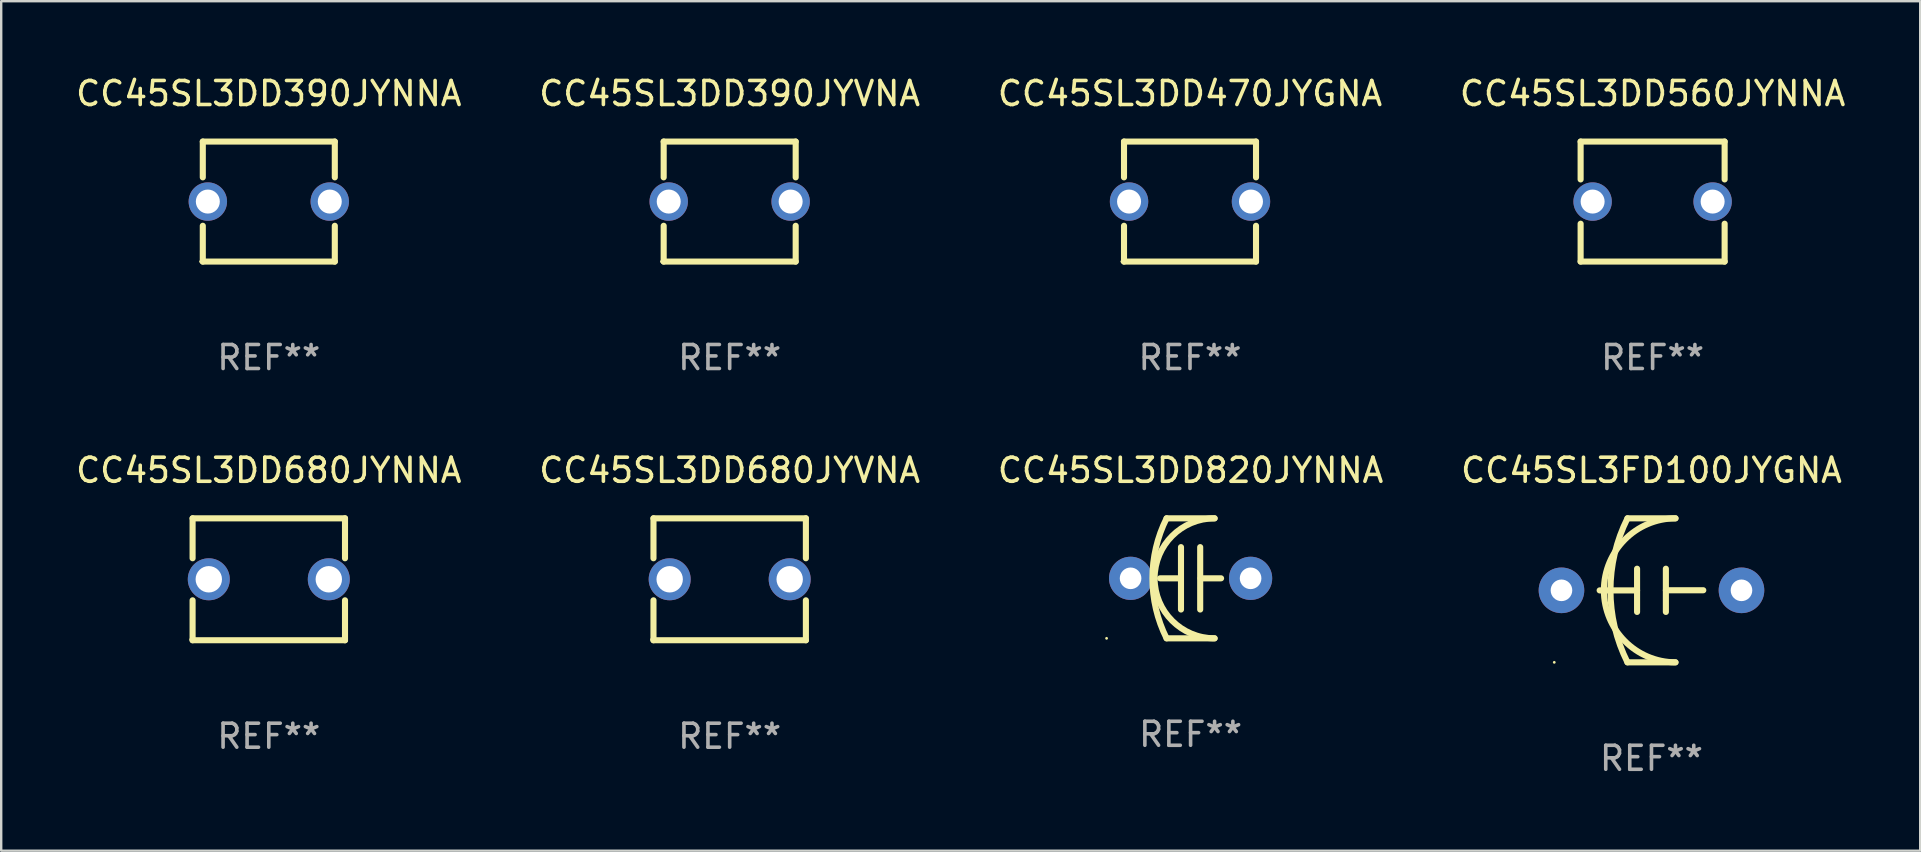
<source format=kicad_pcb>
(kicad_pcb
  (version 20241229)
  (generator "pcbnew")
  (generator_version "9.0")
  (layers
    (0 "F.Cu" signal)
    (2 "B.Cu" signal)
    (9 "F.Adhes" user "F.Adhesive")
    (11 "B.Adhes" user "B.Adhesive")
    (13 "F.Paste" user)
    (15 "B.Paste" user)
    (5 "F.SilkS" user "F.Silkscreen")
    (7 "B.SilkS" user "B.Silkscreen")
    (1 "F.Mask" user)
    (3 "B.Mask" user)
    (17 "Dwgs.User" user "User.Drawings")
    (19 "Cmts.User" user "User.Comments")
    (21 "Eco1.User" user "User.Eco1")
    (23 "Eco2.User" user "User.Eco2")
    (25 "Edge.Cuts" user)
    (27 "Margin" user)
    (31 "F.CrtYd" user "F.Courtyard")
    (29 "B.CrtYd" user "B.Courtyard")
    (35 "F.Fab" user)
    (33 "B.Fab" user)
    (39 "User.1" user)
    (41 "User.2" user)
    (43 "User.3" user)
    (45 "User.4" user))
  (footprint "CC45SL3DD390JYVNA"
    (layer "F.Cu")
    (at 27.351 5.348)
    (property "Reference" "CC45SL3DD390JYVNA" (at 0 -4.5 0) (layer "F.SilkS") (effects (font (size 1 1) (thickness 0.15))))
    (attr through_hole)
    (fp_line (start -2.75 -2.5) (end -2.75 -1.009) (stroke (width 0.254) (type solid)) (layer "F.SilkS"))
    (fp_line (start -2.75 -2.5) (end 2.75 -2.5) (stroke (width 0.254) (type solid)) (layer "F.SilkS"))
    (fp_line (start -2.75 1.009) (end -2.75 2.5) (stroke (width 0.254) (type solid)) (layer "F.SilkS"))
    (fp_line (start -2.75 2.5) (end 2.75 2.5) (stroke (width 0.254) (type solid)) (layer "F.SilkS"))
    (fp_line (start 2.75 -2.5) (end 2.75 -1.009) (stroke (width 0.254) (type solid)) (layer "F.SilkS"))
    (fp_line (start 2.75 1.009) (end 2.75 2.5) (stroke (width 0.254) (type solid)) (layer "F.SilkS"))
    (fp_circle (center -2.84 2.5) (end -2.81 2.5) (stroke (width 0.06) (type solid)) (fill no) (layer "F.SilkS"))
    (fp_text user "REF**" (at 0 6.5 0) (layer "F.Fab") (effects (font (size 1 1) (thickness 0.15))))
    (pad "1" thru_hole circle (at -2.54 0) (size 1.6 1.6) (drill 1) (layers "*.Cu" "*.Mask"))
    (pad "2" thru_hole circle (at 2.54 0) (size 1.6 1.6) (drill 1) (layers "*.Cu" "*.Mask")))
  (footprint "CC45SL3FD100JYGNA"
    (layer "F.Cu")
    (at 65.756 21.545)
    (property "Reference" "CC45SL3FD100JYGNA" (at 0 -5 0) (layer "F.SilkS") (effects (font (size 1 1) (thickness 0.15))))
    (attr through_hole)
    (fp_line (start -1 -3) (end 1 -3) (stroke (width 0.254) (type solid)) (layer "F.SilkS"))
    (fp_line (start -0.6 -0.9) (end -0.6 0.9) (stroke (width 0.254) (type solid)) (layer "F.SilkS"))
    (fp_line (start -0.6 0.003) (end -2.159 0.003) (stroke (width 0.254) (type solid)) (layer "F.SilkS"))
    (fp_line (start 0.6 -0.003) (end 2.159 -0.003) (stroke (width 0.254) (type solid)) (layer "F.SilkS"))
    (fp_line (start 0.6 0.9) (end 0.6 -0.9) (stroke (width 0.254) (type solid)) (layer "F.SilkS"))
    (fp_line (start 1 3) (end -1 3) (stroke (width 0.254) (type solid)) (layer "F.SilkS"))
    (fp_arc (start -1.000762 2.999746) (mid -1.708676 -0.000217) (end -1 -3) (stroke (width 0.254001) (type solid)) (layer "F.SilkS"))
    (fp_arc (start 1 3) (mid -1.999111 -0.000254) (end 1.000762 -2.999746) (stroke (width 0.254001) (type solid)) (layer "F.SilkS"))
    (fp_circle (center -4.05 3) (end -4.02 3) (stroke (width 0.06) (type solid)) (fill no) (layer "F.SilkS"))
    (fp_text user "REF**" (at 0 7 0) (layer "F.Fab") (effects (font (size 1 1) (thickness 0.15))))
    (pad "1" thru_hole circle (at -3.75 0) (size 1.9 1.9) (drill 0.9) (layers "*.Cu" "*.Mask"))
    (pad "2" thru_hole circle (at 3.75 0) (size 1.9 1.9) (drill 0.9) (layers "*.Cu" "*.Mask")))
  (footprint "CC45SL3DD680JYNNA"
    (layer "F.Cu")
    (at 8.149 21.085)
    (property "Reference" "CC45SL3DD680JYNNA" (at 0 -4.54 0) (layer "F.SilkS") (effects (font (size 1 1) (thickness 0.15))))
    (attr through_hole)
    (fp_line (start -3.175 -2.54) (end -3.175 -0.876) (stroke (width 0.254) (type solid)) (layer "F.SilkS"))
    (fp_line (start -3.175 0.876) (end -3.175 2.54) (stroke (width 0.254) (type solid)) (layer "F.SilkS"))
    (fp_line (start -3.175 2.54) (end 3.175 2.54) (stroke (width 0.254) (type solid)) (layer "F.SilkS"))
    (fp_line (start 3.175 -2.54) (end -3.175 -2.54) (stroke (width 0.254) (type solid)) (layer "F.SilkS"))
    (fp_line (start 3.175 -0.876) (end 3.175 -2.54) (stroke (width 0.254) (type solid)) (layer "F.SilkS"))
    (fp_line (start 3.175 2.54) (end 3.175 0.876) (stroke (width 0.254) (type solid)) (layer "F.SilkS"))
    (fp_circle (center -3.25 2.5) (end -3.22 2.5) (stroke (width 0.06) (type solid)) (fill no) (layer "F.SilkS"))
    (fp_text user "REF**" (at 0 6.54 0) (layer "F.Fab") (effects (font (size 1 1) (thickness 0.15))))
    (pad "1" thru_hole circle (at -2.5 0) (size 1.75 1.75) (drill 1.1) (layers "*.Cu" "*.Mask"))
    (pad "2" thru_hole circle (at 2.5 0) (size 1.75 1.75) (drill 1.1) (layers "*.Cu" "*.Mask")))
  (footprint "CC45SL3DD470JYGNA"
    (layer "F.Cu")
    (at 46.53 5.348)
    (property "Reference" "CC45SL3DD470JYGNA" (at 0 -4.5 0) (layer "F.SilkS") (effects (font (size 1 1) (thickness 0.15))))
    (attr through_hole)
    (fp_line (start -2.75 -2.5) (end -2.75 -1.009) (stroke (width 0.254) (type solid)) (layer "F.SilkS"))
    (fp_line (start -2.75 -2.5) (end 2.75 -2.5) (stroke (width 0.254) (type solid)) (layer "F.SilkS"))
    (fp_line (start -2.75 1.009) (end -2.75 2.5) (stroke (width 0.254) (type solid)) (layer "F.SilkS"))
    (fp_line (start -2.75 2.5) (end 2.75 2.5) (stroke (width 0.254) (type solid)) (layer "F.SilkS"))
    (fp_line (start 2.75 -2.5) (end 2.75 -1.009) (stroke (width 0.254) (type solid)) (layer "F.SilkS"))
    (fp_line (start 2.75 1.009) (end 2.75 2.5) (stroke (width 0.254) (type solid)) (layer "F.SilkS"))
    (fp_circle (center -2.84 2.5) (end -2.81 2.5) (stroke (width 0.06) (type solid)) (fill no) (layer "F.SilkS"))
    (fp_text user "REF**" (at 0 6.5 0) (layer "F.Fab") (effects (font (size 1 1) (thickness 0.15))))
    (pad "1" thru_hole circle (at -2.54 0) (size 1.6 1.6) (drill 1) (layers "*.Cu" "*.Mask"))
    (pad "2" thru_hole circle (at 2.54 0) (size 1.6 1.6) (drill 1) (layers "*.Cu" "*.Mask")))
  (footprint "CC45SL3DD390JYNNA"
    (layer "F.Cu")
    (at 8.149 5.348)
    (property "Reference" "CC45SL3DD390JYNNA" (at 0 -4.5 0) (layer "F.SilkS") (effects (font (size 1 1) (thickness 0.15))))
    (attr through_hole)
    (fp_line (start -2.75 -2.5) (end -2.75 -1.009) (stroke (width 0.254) (type solid)) (layer "F.SilkS"))
    (fp_line (start -2.75 -2.5) (end 2.75 -2.5) (stroke (width 0.254) (type solid)) (layer "F.SilkS"))
    (fp_line (start -2.75 1.009) (end -2.75 2.5) (stroke (width 0.254) (type solid)) (layer "F.SilkS"))
    (fp_line (start -2.75 2.5) (end 2.75 2.5) (stroke (width 0.254) (type solid)) (layer "F.SilkS"))
    (fp_line (start 2.75 -2.5) (end 2.75 -1.009) (stroke (width 0.254) (type solid)) (layer "F.SilkS"))
    (fp_line (start 2.75 1.009) (end 2.75 2.5) (stroke (width 0.254) (type solid)) (layer "F.SilkS"))
    (fp_circle (center -2.84 2.5) (end -2.81 2.5) (stroke (width 0.06) (type solid)) (fill no) (layer "F.SilkS"))
    (fp_text user "REF**" (at 0 6.5 0) (layer "F.Fab") (effects (font (size 1 1) (thickness 0.15))))
    (pad "1" thru_hole circle (at -2.54 0) (size 1.6 1.6) (drill 1) (layers "*.Cu" "*.Mask"))
    (pad "2" thru_hole circle (at 2.54 0) (size 1.6 1.6) (drill 1) (layers "*.Cu" "*.Mask")))
  (footprint "CC45SL3DD820JYNNA"
    (layer "F.Cu")
    (at 46.554 21.045)
    (property "Reference" "CC45SL3DD820JYNNA" (at 0 -4.5 0) (layer "F.SilkS") (effects (font (size 1 1) (thickness 0.15))))
    (attr through_hole)
    (fp_line (start -1 -2.5) (end 1 -2.5) (stroke (width 0.254) (type solid)) (layer "F.SilkS"))
    (fp_line (start -1 2.5) (end 1 2.5) (stroke (width 0.254) (type solid)) (layer "F.SilkS"))
    (fp_line (start -0.416 0) (end -1.27 0) (stroke (width 0.254) (type solid)) (layer "F.SilkS"))
    (fp_line (start -0.4 -1.3) (end -0.4 1.3) (stroke (width 0.254) (type solid)) (layer "F.SilkS"))
    (fp_line (start 0.4 1.3) (end 0.4 -1.3) (stroke (width 0.254) (type solid)) (layer "F.SilkS"))
    (fp_line (start 0.416 0) (end 1.27 0) (stroke (width 0.254) (type solid)) (layer "F.SilkS"))
    (fp_arc (start -1.000762 2.499365) (mid -1.590595 -0.000407) (end -1 -2.5) (stroke (width 0.254001) (type solid)) (layer "F.SilkS"))
    (fp_arc (start 1 2.5) (mid -1.498907 -0.000064) (end 1.000763 -2.499364) (stroke (width 0.254001) (type solid)) (layer "F.SilkS"))
    (fp_circle (center -3.5 2.5) (end -3.47 2.5) (stroke (width 0.06) (type solid)) (fill no) (layer "F.SilkS"))
    (fp_text user "REF**" (at 0 6.5 0) (layer "F.Fab") (effects (font (size 1 1) (thickness 0.15))))
    (pad "1" thru_hole circle (at -2.5 0) (size 1.8 1.8) (drill 0.9) (layers "*.Cu" "*.Mask"))
    (pad "2" thru_hole circle (at 2.5 0) (size 1.8 1.8) (drill 0.9) (layers "*.Cu" "*.Mask")))
  (footprint "CC45SL3DD680JYVNA"
    (layer "F.Cu")
    (at 27.351 21.085)
    (property "Reference" "CC45SL3DD680JYVNA" (at 0 -4.54 0) (layer "F.SilkS") (effects (font (size 1 1) (thickness 0.15))))
    (attr through_hole)
    (fp_line (start -3.175 -2.54) (end -3.175 -0.876) (stroke (width 0.254) (type solid)) (layer "F.SilkS"))
    (fp_line (start -3.175 0.876) (end -3.175 2.54) (stroke (width 0.254) (type solid)) (layer "F.SilkS"))
    (fp_line (start -3.175 2.54) (end 3.175 2.54) (stroke (width 0.254) (type solid)) (layer "F.SilkS"))
    (fp_line (start 3.175 -2.54) (end -3.175 -2.54) (stroke (width 0.254) (type solid)) (layer "F.SilkS"))
    (fp_line (start 3.175 -0.876) (end 3.175 -2.54) (stroke (width 0.254) (type solid)) (layer "F.SilkS"))
    (fp_line (start 3.175 2.54) (end 3.175 0.876) (stroke (width 0.254) (type solid)) (layer "F.SilkS"))
    (fp_circle (center -3.25 2.5) (end -3.22 2.5) (stroke (width 0.06) (type solid)) (fill no) (layer "F.SilkS"))
    (fp_text user "REF**" (at 0 6.54 0) (layer "F.Fab") (effects (font (size 1 1) (thickness 0.15))))
    (pad "1" thru_hole circle (at -2.5 0) (size 1.75 1.75) (drill 1.1) (layers "*.Cu" "*.Mask"))
    (pad "2" thru_hole circle (at 2.5 0) (size 1.75 1.75) (drill 1.1) (layers "*.Cu" "*.Mask")))
  (footprint "CC45SL3DD560JYNNA"
    (layer "F.Cu")
    (at 65.804 5.348)
    (property "Reference" "CC45SL3DD560JYNNA" (at 0 -4.5 0) (layer "F.SilkS") (effects (font (size 1 1) (thickness 0.15))))
    (attr through_hole)
    (fp_line (start -3 -2.5) (end -3 -0.923) (stroke (width 0.254) (type solid)) (layer "F.SilkS"))
    (fp_line (start -3 -2.5) (end 3 -2.5) (stroke (width 0.254) (type solid)) (layer "F.SilkS"))
    (fp_line (start -3 0.923) (end -3 2.5) (stroke (width 0.254) (type solid)) (layer "F.SilkS"))
    (fp_line (start 3 -2.5) (end 3 -0.923) (stroke (width 0.254) (type solid)) (layer "F.SilkS"))
    (fp_line (start 3 0.923) (end 3 2.5) (stroke (width 0.254) (type solid)) (layer "F.SilkS"))
    (fp_line (start 3 2.5) (end -3 2.5) (stroke (width 0.254) (type solid)) (layer "F.SilkS"))
    (fp_circle (center -3 2.5) (end -2.97 2.5) (stroke (width 0.06) (type solid)) (fill no) (layer "F.SilkS"))
    (fp_text user "REF**" (at 0 6.5 0) (layer "F.Fab") (effects (font (size 1 1) (thickness 0.15))))
    (pad "1" thru_hole circle (at -2.5 0) (size 1.6 1.6) (drill 1) (layers "*.Cu" "*.Mask"))
    (pad "2" thru_hole circle (at 2.5 0) (size 1.6 1.6) (drill 1) (layers "*.Cu" "*.Mask")))
  (gr_rect
    (start -3 -3)
    (end 76.952 32.393)
    (stroke (width 0.1) (type default))
    (fill no)
    (layer "Edge.Cuts")))
</source>
